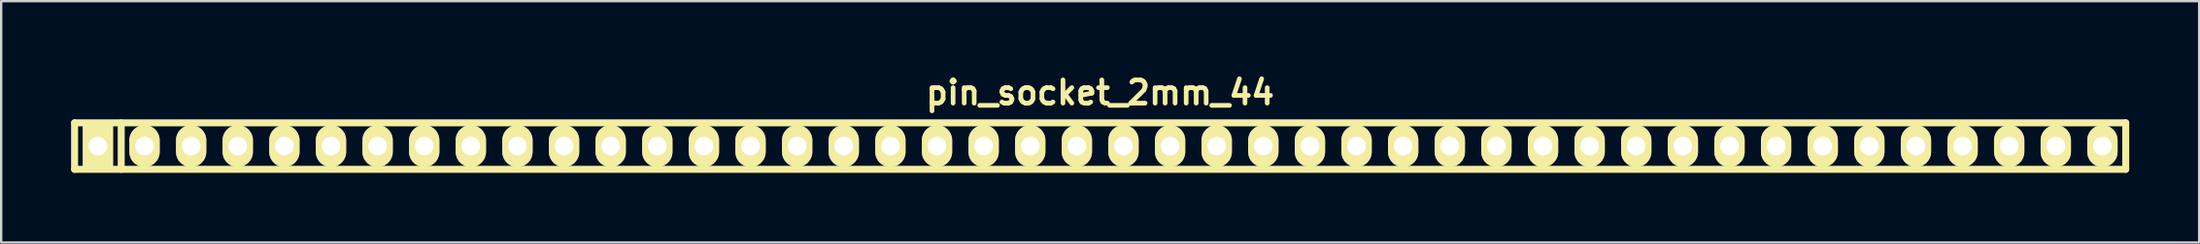
<source format=kicad_pcb>
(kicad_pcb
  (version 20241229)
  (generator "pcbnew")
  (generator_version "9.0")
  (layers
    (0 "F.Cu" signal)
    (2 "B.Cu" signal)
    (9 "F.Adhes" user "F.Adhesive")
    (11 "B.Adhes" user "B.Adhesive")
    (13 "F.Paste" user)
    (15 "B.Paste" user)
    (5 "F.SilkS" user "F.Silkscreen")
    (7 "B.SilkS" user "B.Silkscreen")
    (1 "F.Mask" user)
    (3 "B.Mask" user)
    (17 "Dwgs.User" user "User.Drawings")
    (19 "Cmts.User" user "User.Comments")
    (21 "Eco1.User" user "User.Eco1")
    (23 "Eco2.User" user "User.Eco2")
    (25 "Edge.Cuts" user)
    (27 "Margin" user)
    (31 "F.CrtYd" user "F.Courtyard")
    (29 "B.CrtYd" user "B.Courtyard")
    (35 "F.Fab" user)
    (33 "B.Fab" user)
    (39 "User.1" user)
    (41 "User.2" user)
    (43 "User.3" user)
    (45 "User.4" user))
  (footprint "pin_socket_2mm_44"
    (layer "F.Cu")
    (at 44.15 3.236)
    (property "Reference" "pin_socket_2mm_44" (at 0 -2.3 0) (layer "F.SilkS") (effects (font (size 1 1) (thickness 0.2))))
    (attr through_hole)
    (fp_line (start -44 -1) (end 44 -1) (stroke (width 0.3) (type solid)) (layer "F.SilkS"))
    (fp_line (start -44 1) (end -44 -1) (stroke (width 0.3) (type solid)) (layer "F.SilkS"))
    (fp_line (start -42 -1) (end -42 1) (stroke (width 0.3) (type solid)) (layer "F.SilkS"))
    (fp_line (start 44 -1) (end 44 1) (stroke (width 0.3) (type solid)) (layer "F.SilkS"))
    (fp_line (start 44 1) (end -44 1) (stroke (width 0.3) (type solid)) (layer "F.SilkS"))
    (pad "1" thru_hole rect (at -43 0) (size 1.3 1.8) (drill 0.8) (layers "*.Cu" "*.Mask" "F.SilkS"))
    (pad "2" thru_hole oval (at -41 0) (size 1.3 1.8) (drill 0.8) (layers "*.Cu" "*.Mask" "F.SilkS"))
    (pad "3" thru_hole oval (at -39 0) (size 1.3 1.8) (drill 0.8) (layers "*.Cu" "*.Mask" "F.SilkS"))
    (pad "4" thru_hole oval (at -37 0) (size 1.3 1.8) (drill 0.8) (layers "*.Cu" "*.Mask" "F.SilkS"))
    (pad "5" thru_hole oval (at -35 0) (size 1.3 1.8) (drill 0.8) (layers "*.Cu" "*.Mask" "F.SilkS"))
    (pad "6" thru_hole oval (at -33 0) (size 1.3 1.8) (drill 0.8) (layers "*.Cu" "*.Mask" "F.SilkS"))
    (pad "7" thru_hole oval (at -31 0) (size 1.3 1.8) (drill 0.8) (layers "*.Cu" "*.Mask" "F.SilkS"))
    (pad "8" thru_hole oval (at -29 0) (size 1.3 1.8) (drill 0.8) (layers "*.Cu" "*.Mask" "F.SilkS"))
    (pad "9" thru_hole oval (at -27 0) (size 1.3 1.8) (drill 0.8) (layers "*.Cu" "*.Mask" "F.SilkS"))
    (pad "10" thru_hole oval (at -25 0) (size 1.3 1.8) (drill 0.8) (layers "*.Cu" "*.Mask" "F.SilkS"))
    (pad "11" thru_hole oval (at -23 0) (size 1.3 1.8) (drill 0.8) (layers "*.Cu" "*.Mask" "F.SilkS"))
    (pad "12" thru_hole oval (at -21 0) (size 1.3 1.8) (drill 0.8) (layers "*.Cu" "*.Mask" "F.SilkS"))
    (pad "13" thru_hole oval (at -19 0) (size 1.3 1.8) (drill 0.8) (layers "*.Cu" "*.Mask" "F.SilkS"))
    (pad "14" thru_hole oval (at -17 0) (size 1.3 1.8) (drill 0.8) (layers "*.Cu" "*.Mask" "F.SilkS"))
    (pad "15" thru_hole oval (at -15 0) (size 1.3 1.8) (drill 0.8) (layers "*.Cu" "*.Mask" "F.SilkS"))
    (pad "16" thru_hole oval (at -13 0) (size 1.3 1.8) (drill 0.8) (layers "*.Cu" "*.Mask" "F.SilkS"))
    (pad "17" thru_hole oval (at -11 0) (size 1.3 1.8) (drill 0.8) (layers "*.Cu" "*.Mask" "F.SilkS"))
    (pad "18" thru_hole oval (at -9 0) (size 1.3 1.8) (drill 0.8) (layers "*.Cu" "*.Mask" "F.SilkS"))
    (pad "19" thru_hole oval (at -7 0) (size 1.3 1.8) (drill 0.8) (layers "*.Cu" "*.Mask" "F.SilkS"))
    (pad "20" thru_hole oval (at -5 0) (size 1.3 1.8) (drill 0.8) (layers "*.Cu" "*.Mask" "F.SilkS"))
    (pad "21" thru_hole oval (at -3 0) (size 1.3 1.8) (drill 0.8) (layers "*.Cu" "*.Mask" "F.SilkS"))
    (pad "22" thru_hole oval (at -1 0) (size 1.3 1.8) (drill 0.8) (layers "*.Cu" "*.Mask" "F.SilkS"))
    (pad "23" thru_hole oval (at 1 0) (size 1.3 1.8) (drill 0.8) (layers "*.Cu" "*.Mask" "F.SilkS"))
    (pad "24" thru_hole oval (at 3 0) (size 1.3 1.8) (drill 0.8) (layers "*.Cu" "*.Mask" "F.SilkS"))
    (pad "25" thru_hole oval (at 5 0) (size 1.3 1.8) (drill 0.8) (layers "*.Cu" "*.Mask" "F.SilkS"))
    (pad "26" thru_hole oval (at 7 0) (size 1.3 1.8) (drill 0.8) (layers "*.Cu" "*.Mask" "F.SilkS"))
    (pad "27" thru_hole oval (at 9 0) (size 1.3 1.8) (drill 0.8) (layers "*.Cu" "*.Mask" "F.SilkS"))
    (pad "28" thru_hole oval (at 11 0) (size 1.3 1.8) (drill 0.8) (layers "*.Cu" "*.Mask" "F.SilkS"))
    (pad "29" thru_hole oval (at 13 0) (size 1.3 1.8) (drill 0.8) (layers "*.Cu" "*.Mask" "F.SilkS"))
    (pad "30" thru_hole oval (at 15 0) (size 1.3 1.8) (drill 0.8) (layers "*.Cu" "*.Mask" "F.SilkS"))
    (pad "31" thru_hole oval (at 17 0) (size 1.3 1.8) (drill 0.8) (layers "*.Cu" "*.Mask" "F.SilkS"))
    (pad "32" thru_hole oval (at 19 0) (size 1.3 1.8) (drill 0.8) (layers "*.Cu" "*.Mask" "F.SilkS"))
    (pad "33" thru_hole oval (at 21 0) (size 1.3 1.8) (drill 0.8) (layers "*.Cu" "*.Mask" "F.SilkS"))
    (pad "34" thru_hole oval (at 23 0) (size 1.3 1.8) (drill 0.8) (layers "*.Cu" "*.Mask" "F.SilkS"))
    (pad "35" thru_hole oval (at 25 0) (size 1.3 1.8) (drill 0.8) (layers "*.Cu" "*.Mask" "F.SilkS"))
    (pad "36" thru_hole oval (at 27 0) (size 1.3 1.8) (drill 0.8) (layers "*.Cu" "*.Mask" "F.SilkS"))
    (pad "37" thru_hole oval (at 29 0) (size 1.3 1.8) (drill 0.8) (layers "*.Cu" "*.Mask" "F.SilkS"))
    (pad "38" thru_hole oval (at 31 0) (size 1.3 1.8) (drill 0.8) (layers "*.Cu" "*.Mask" "F.SilkS"))
    (pad "39" thru_hole oval (at 33 0) (size 1.3 1.8) (drill 0.8) (layers "*.Cu" "*.Mask" "F.SilkS"))
    (pad "40" thru_hole oval (at 35 0) (size 1.3 1.8) (drill 0.8) (layers "*.Cu" "*.Mask" "F.SilkS"))
    (pad "41" thru_hole oval (at 37 0) (size 1.3 1.8) (drill 0.8) (layers "*.Cu" "*.Mask" "F.SilkS"))
    (pad "42" thru_hole oval (at 39 0) (size 1.3 1.8) (drill 0.8) (layers "*.Cu" "*.Mask" "F.SilkS"))
    (pad "43" thru_hole oval (at 41 0) (size 1.3 1.8) (drill 0.8) (layers "*.Cu" "*.Mask" "F.SilkS"))
    (pad "44" thru_hole oval (at 43 0) (size 1.3 1.8) (drill 0.8) (layers "*.Cu" "*.Mask" "F.SilkS")))
  (gr_rect
    (start -3 -3)
    (end 91.3 7.386)
    (stroke (width 0.1) (type default))
    (fill no)
    (layer "Edge.Cuts")))
</source>
